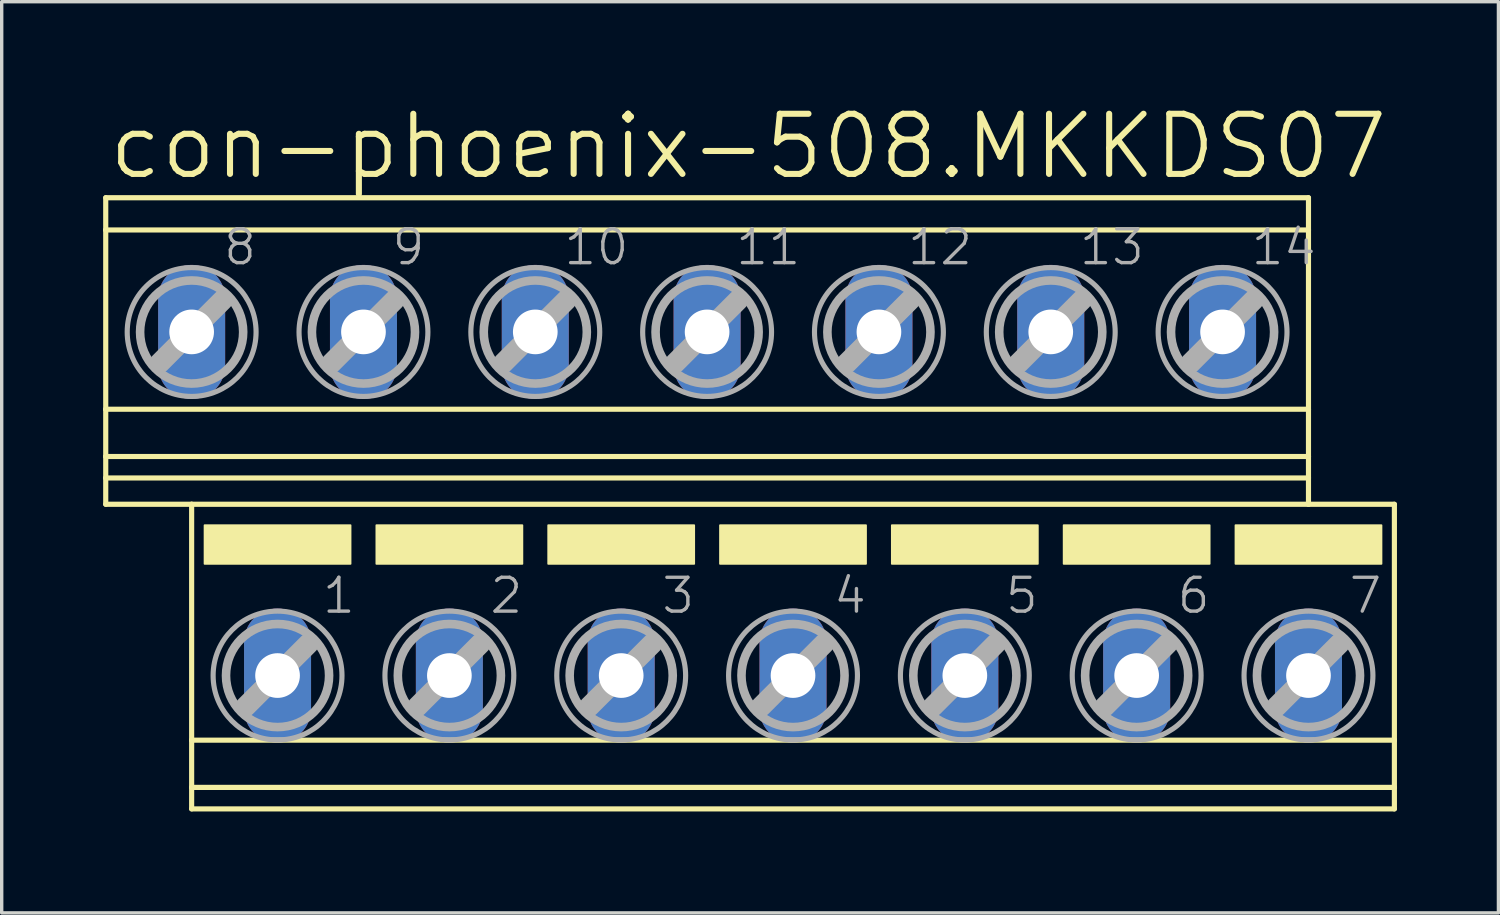
<source format=kicad_pcb>
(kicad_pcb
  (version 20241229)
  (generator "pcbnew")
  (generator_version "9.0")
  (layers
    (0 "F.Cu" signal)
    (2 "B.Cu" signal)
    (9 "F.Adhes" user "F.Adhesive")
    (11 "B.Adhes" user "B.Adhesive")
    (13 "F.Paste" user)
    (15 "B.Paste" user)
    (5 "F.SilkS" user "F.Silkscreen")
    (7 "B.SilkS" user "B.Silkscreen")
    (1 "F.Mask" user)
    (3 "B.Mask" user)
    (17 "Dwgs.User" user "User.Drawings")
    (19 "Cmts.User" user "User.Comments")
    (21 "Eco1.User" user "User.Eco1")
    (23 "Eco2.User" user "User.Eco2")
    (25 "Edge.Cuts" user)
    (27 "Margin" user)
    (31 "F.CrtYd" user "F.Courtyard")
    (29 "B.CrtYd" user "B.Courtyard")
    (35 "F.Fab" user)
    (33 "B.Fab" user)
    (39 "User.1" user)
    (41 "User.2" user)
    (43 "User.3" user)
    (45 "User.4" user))
  (footprint "con-phoenix-508.MKKDS07"
    (layer "F.Cu")
    (at 19.126 11.843)
    (property "Reference" "con-phoenix-508.MKKDS07" (at -19.05 -9.525 0) (layer "F.SilkS") (effects (font (size 1.778 1.778) (thickness 0.18)) (justify left bottom)))
    (attr through_hole)
    (fp_line (start -19.05 -9.047) (end -19.05 -8.094) (stroke (width 0.152) (type default)) (layer "F.SilkS"))
    (fp_line (start -19.05 -9.047) (end 16.51 -9.047) (stroke (width 0.152) (type default)) (layer "F.SilkS"))
    (fp_line (start -19.05 -8.094) (end -19.05 -2.794) (stroke (width 0.152) (type default)) (layer "F.SilkS"))
    (fp_line (start -19.05 -8.094) (end 16.51 -8.094) (stroke (width 0.152) (type default)) (layer "F.SilkS"))
    (fp_line (start -19.05 -2.794) (end -19.05 -1.397) (stroke (width 0.152) (type default)) (layer "F.SilkS"))
    (fp_line (start -19.05 -2.794) (end 16.51 -2.794) (stroke (width 0.152) (type default)) (layer "F.SilkS"))
    (fp_line (start -19.05 -1.397) (end -19.05 -0.762) (stroke (width 0.152) (type default)) (layer "F.SilkS"))
    (fp_line (start -19.05 -1.397) (end 16.51 -1.397) (stroke (width 0.152) (type default)) (layer "F.SilkS"))
    (fp_line (start -19.05 -0.762) (end -19.05 0.016) (stroke (width 0.152) (type default)) (layer "F.SilkS"))
    (fp_line (start -19.05 -0.762) (end 16.51 -0.762) (stroke (width 0.152) (type default)) (layer "F.SilkS"))
    (fp_line (start -19.05 0.016) (end -16.51 0.016) (stroke (width 0.152) (type default)) (layer "F.SilkS"))
    (fp_line (start -16.51 0.016) (end -16.51 6.99) (stroke (width 0.152) (type default)) (layer "F.SilkS"))
    (fp_line (start -16.51 0.016) (end 16.51 0.016) (stroke (width 0.152) (type default)) (layer "F.SilkS"))
    (fp_line (start -16.51 6.99) (end -16.51 8.387) (stroke (width 0.152) (type default)) (layer "F.SilkS"))
    (fp_line (start -16.51 6.99) (end 19.05 6.99) (stroke (width 0.152) (type default)) (layer "F.SilkS"))
    (fp_line (start -16.51 8.387) (end -16.51 9.022) (stroke (width 0.152) (type default)) (layer "F.SilkS"))
    (fp_line (start -16.51 8.387) (end 19.05 8.387) (stroke (width 0.152) (type default)) (layer "F.SilkS"))
    (fp_line (start -16.51 9.022) (end 19.05 9.022) (stroke (width 0.152) (type default)) (layer "F.SilkS"))
    (fp_line (start 16.51 -9.047) (end 16.51 -8.094) (stroke (width 0.152) (type default)) (layer "F.SilkS"))
    (fp_line (start 16.51 -8.094) (end 16.51 -2.794) (stroke (width 0.152) (type default)) (layer "F.SilkS"))
    (fp_line (start 16.51 -2.794) (end 16.51 -1.397) (stroke (width 0.152) (type default)) (layer "F.SilkS"))
    (fp_line (start 16.51 -1.397) (end 16.51 -0.762) (stroke (width 0.152) (type default)) (layer "F.SilkS"))
    (fp_line (start 16.51 -0.762) (end 16.51 0.016) (stroke (width 0.152) (type default)) (layer "F.SilkS"))
    (fp_line (start 19.05 0.016) (end 16.51 0.016) (stroke (width 0.152) (type default)) (layer "F.SilkS"))
    (fp_line (start 19.05 0.016) (end 19.05 6.99) (stroke (width 0.152) (type default)) (layer "F.SilkS"))
    (fp_line (start 19.05 6.99) (end 19.05 8.387) (stroke (width 0.152) (type default)) (layer "F.SilkS"))
    (fp_line (start 19.05 8.387) (end 19.05 9.022) (stroke (width 0.152) (type default)) (layer "F.SilkS"))
    (fp_rect (start -16.129 1.778) (end -11.811 0.635) (stroke (width 0.05) (type default)) (fill yes) (layer "F.SilkS"))
    (fp_rect (start -11.049 1.778) (end -6.731 0.635) (stroke (width 0.05) (type default)) (fill yes) (layer "F.SilkS"))
    (fp_rect (start -5.969 1.778) (end -1.651 0.635) (stroke (width 0.05) (type default)) (fill yes) (layer "F.SilkS"))
    (fp_rect (start -0.889 1.778) (end 3.429 0.635) (stroke (width 0.05) (type default)) (fill yes) (layer "F.SilkS"))
    (fp_rect (start 4.191 1.778) (end 8.509 0.635) (stroke (width 0.05) (type default)) (fill yes) (layer "F.SilkS"))
    (fp_rect (start 9.271 1.778) (end 13.589 0.635) (stroke (width 0.05) (type default)) (fill yes) (layer "F.SilkS"))
    (fp_rect (start 14.351 1.778) (end 18.669 0.635) (stroke (width 0.05) (type default)) (fill yes) (layer "F.SilkS"))
    (fp_line (start -17.45 -4.163) (end -15.596 -6.017) (stroke (width 0.61) (type default)) (layer "F.Fab"))
    (fp_line (start -14.91 5.994) (end -13.056 4.14) (stroke (width 0.61) (type default)) (layer "F.Fab"))
    (fp_line (start -12.37 -4.163) (end -10.516 -6.017) (stroke (width 0.61) (type default)) (layer "F.Fab"))
    (fp_line (start -9.83 5.994) (end -7.976 4.14) (stroke (width 0.61) (type default)) (layer "F.Fab"))
    (fp_line (start -7.29 -4.163) (end -5.436 -6.017) (stroke (width 0.61) (type default)) (layer "F.Fab"))
    (fp_line (start -4.75 5.994) (end -2.896 4.14) (stroke (width 0.61) (type default)) (layer "F.Fab"))
    (fp_line (start -2.21 -4.163) (end -0.356 -6.017) (stroke (width 0.61) (type default)) (layer "F.Fab"))
    (fp_line (start 0.33 5.994) (end 2.184 4.14) (stroke (width 0.61) (type default)) (layer "F.Fab"))
    (fp_line (start 2.87 -4.163) (end 4.724 -6.017) (stroke (width 0.61) (type default)) (layer "F.Fab"))
    (fp_line (start 5.41 5.994) (end 7.264 4.14) (stroke (width 0.61) (type default)) (layer "F.Fab"))
    (fp_line (start 7.95 -4.163) (end 9.804 -6.017) (stroke (width 0.61) (type default)) (layer "F.Fab"))
    (fp_line (start 10.49 5.994) (end 12.344 4.14) (stroke (width 0.61) (type default)) (layer "F.Fab"))
    (fp_line (start 13.03 -4.163) (end 14.884 -6.017) (stroke (width 0.61) (type default)) (layer "F.Fab"))
    (fp_line (start 15.57 5.994) (end 17.424 4.14) (stroke (width 0.61) (type default)) (layer "F.Fab"))
    (fp_circle (center -16.51 -5.077) (end -14.986 -5.077) (stroke (width 0.254) (type default)) (fill no) (layer "F.Fab"))
    (fp_circle (center -16.51 -5.077) (end -14.605 -5.077) (stroke (width 0.152) (type default)) (fill no) (layer "F.Fab"))
    (fp_circle (center -13.97 5.08) (end -12.446 5.08) (stroke (width 0.254) (type default)) (fill no) (layer "F.Fab"))
    (fp_circle (center -13.97 5.08) (end -12.065 5.08) (stroke (width 0.152) (type default)) (fill no) (layer "F.Fab"))
    (fp_circle (center -11.43 -5.077) (end -9.906 -5.077) (stroke (width 0.254) (type default)) (fill no) (layer "F.Fab"))
    (fp_circle (center -11.43 -5.077) (end -9.525 -5.077) (stroke (width 0.152) (type default)) (fill no) (layer "F.Fab"))
    (fp_circle (center -8.89 5.08) (end -7.366 5.08) (stroke (width 0.254) (type default)) (fill no) (layer "F.Fab"))
    (fp_circle (center -8.89 5.08) (end -6.985 5.08) (stroke (width 0.152) (type default)) (fill no) (layer "F.Fab"))
    (fp_circle (center -6.35 -5.077) (end -4.826 -5.077) (stroke (width 0.254) (type default)) (fill no) (layer "F.Fab"))
    (fp_circle (center -6.35 -5.077) (end -4.445 -5.077) (stroke (width 0.152) (type default)) (fill no) (layer "F.Fab"))
    (fp_circle (center -3.81 5.08) (end -2.286 5.08) (stroke (width 0.254) (type default)) (fill no) (layer "F.Fab"))
    (fp_circle (center -3.81 5.08) (end -1.905 5.08) (stroke (width 0.152) (type default)) (fill no) (layer "F.Fab"))
    (fp_circle (center -1.27 -5.077) (end 0.254 -5.077) (stroke (width 0.254) (type default)) (fill no) (layer "F.Fab"))
    (fp_circle (center -1.27 -5.077) (end 0.635 -5.077) (stroke (width 0.152) (type default)) (fill no) (layer "F.Fab"))
    (fp_circle (center 1.27 5.08) (end 2.794 5.08) (stroke (width 0.254) (type default)) (fill no) (layer "F.Fab"))
    (fp_circle (center 1.27 5.08) (end 3.175 5.08) (stroke (width 0.152) (type default)) (fill no) (layer "F.Fab"))
    (fp_circle (center 3.81 -5.077) (end 5.334 -5.077) (stroke (width 0.254) (type default)) (fill no) (layer "F.Fab"))
    (fp_circle (center 3.81 -5.077) (end 5.715 -5.077) (stroke (width 0.152) (type default)) (fill no) (layer "F.Fab"))
    (fp_circle (center 6.35 5.08) (end 7.874 5.08) (stroke (width 0.254) (type default)) (fill no) (layer "F.Fab"))
    (fp_circle (center 6.35 5.08) (end 8.255 5.08) (stroke (width 0.152) (type default)) (fill no) (layer "F.Fab"))
    (fp_circle (center 8.89 -5.077) (end 10.414 -5.077) (stroke (width 0.254) (type default)) (fill no) (layer "F.Fab"))
    (fp_circle (center 8.89 -5.077) (end 10.795 -5.077) (stroke (width 0.152) (type default)) (fill no) (layer "F.Fab"))
    (fp_circle (center 11.43 5.08) (end 12.954 5.08) (stroke (width 0.254) (type default)) (fill no) (layer "F.Fab"))
    (fp_circle (center 11.43 5.08) (end 13.335 5.08) (stroke (width 0.152) (type default)) (fill no) (layer "F.Fab"))
    (fp_circle (center 13.97 -5.077) (end 15.494 -5.077) (stroke (width 0.254) (type default)) (fill no) (layer "F.Fab"))
    (fp_circle (center 13.97 -5.077) (end 15.875 -5.077) (stroke (width 0.152) (type default)) (fill no) (layer "F.Fab"))
    (fp_circle (center 16.51 5.08) (end 18.034 5.08) (stroke (width 0.254) (type default)) (fill no) (layer "F.Fab"))
    (fp_circle (center 16.51 5.08) (end 18.415 5.08) (stroke (width 0.152) (type default)) (fill no) (layer "F.Fab"))
    (fp_text user "5" (at 7.493 3.302 0) (layer "F.Fab") (effects (font (size 1 1) (thickness 0.1)) (justify left bottom)))
    (fp_text user "9" (at -10.641 -7.001 0) (layer "F.Fab") (effects (font (size 1 1) (thickness 0.1)) (justify left bottom)))
    (fp_text user "10" (at -5.561 -7.001 0) (layer "F.Fab") (effects (font (size 1 1) (thickness 0.1)) (justify left bottom)))
    (fp_text user "4" (at 2.413 3.302 0) (layer "F.Fab") (effects (font (size 1 1) (thickness 0.1)) (justify left bottom)))
    (fp_text user "3" (at -2.667 3.302 0) (layer "F.Fab") (effects (font (size 1 1) (thickness 0.1)) (justify left bottom)))
    (fp_text user "12" (at 4.599 -7.001 0) (layer "F.Fab") (effects (font (size 1 1) (thickness 0.1)) (justify left bottom)))
    (fp_text user "2" (at -7.747 3.302 0) (layer "F.Fab") (effects (font (size 1 1) (thickness 0.1)) (justify left bottom)))
    (fp_text user "1" (at -12.7 3.302 0) (layer "F.Fab") (effects (font (size 1 1) (thickness 0.1)) (justify left bottom)))
    (fp_text user "7" (at 17.653 3.302 0) (layer "F.Fab") (effects (font (size 1 1) (thickness 0.1)) (justify left bottom)))
    (fp_text user "8" (at -15.621 -7.001 0) (layer "F.Fab") (effects (font (size 1 1) (thickness 0.1)) (justify left bottom)))
    (fp_text user "13" (at 9.679 -7.001 0) (layer "F.Fab") (effects (font (size 1 1) (thickness 0.1)) (justify left bottom)))
    (fp_text user "6" (at 12.573 3.302 0) (layer "F.Fab") (effects (font (size 1 1) (thickness 0.1)) (justify left bottom)))
    (fp_text user "11" (at -0.481 -7.001 0) (layer "F.Fab") (effects (font (size 1 1) (thickness 0.1)) (justify left bottom)))
    (fp_text user "14" (at 14.759 -7.001 0) (layer "F.Fab") (effects (font (size 1 1) (thickness 0.1)) (justify left bottom)))
    (pad "1" thru_hole oval (at -13.97 5.08 90) (size 3.962 1.981) (drill 1.321) (layers "*.Cu" "*.Mask"))
    (pad "2" thru_hole oval (at -8.89 5.08 90) (size 3.962 1.981) (drill 1.321) (layers "*.Cu" "*.Mask"))
    (pad "3" thru_hole oval (at -3.81 5.08 90) (size 3.962 1.981) (drill 1.321) (layers "*.Cu" "*.Mask"))
    (pad "4" thru_hole oval (at 1.27 5.08 90) (size 3.962 1.981) (drill 1.321) (layers "*.Cu" "*.Mask"))
    (pad "5" thru_hole oval (at 6.35 5.08 90) (size 3.962 1.981) (drill 1.321) (layers "*.Cu" "*.Mask"))
    (pad "6" thru_hole oval (at 11.43 5.08 90) (size 3.962 1.981) (drill 1.321) (layers "*.Cu" "*.Mask"))
    (pad "7" thru_hole oval (at 16.51 5.08 90) (size 3.962 1.981) (drill 1.321) (layers "*.Cu" "*.Mask"))
    (pad "8" thru_hole oval (at -16.51 -5.08 90) (size 3.962 1.981) (drill 1.321) (layers "*.Cu" "*.Mask"))
    (pad "9" thru_hole oval (at -11.43 -5.08 90) (size 3.962 1.981) (drill 1.321) (layers "*.Cu" "*.Mask"))
    (pad "10" thru_hole oval (at -6.35 -5.08 90) (size 3.962 1.981) (drill 1.321) (layers "*.Cu" "*.Mask"))
    (pad "11" thru_hole oval (at -1.27 -5.08 90) (size 3.962 1.981) (drill 1.321) (layers "*.Cu" "*.Mask"))
    (pad "12" thru_hole oval (at 3.81 -5.08 90) (size 3.962 1.981) (drill 1.321) (layers "*.Cu" "*.Mask"))
    (pad "13" thru_hole oval (at 8.89 -5.08 90) (size 3.962 1.981) (drill 1.321) (layers "*.Cu" "*.Mask"))
    (pad "14" thru_hole oval (at 13.97 -5.08 90) (size 3.962 1.981) (drill 1.321) (layers "*.Cu" "*.Mask")))
  (gr_rect
    (start -3 -3)
    (end 41.252 23.941)
    (stroke (width 0.1) (type default))
    (fill no)
    (layer "Edge.Cuts")))
</source>
